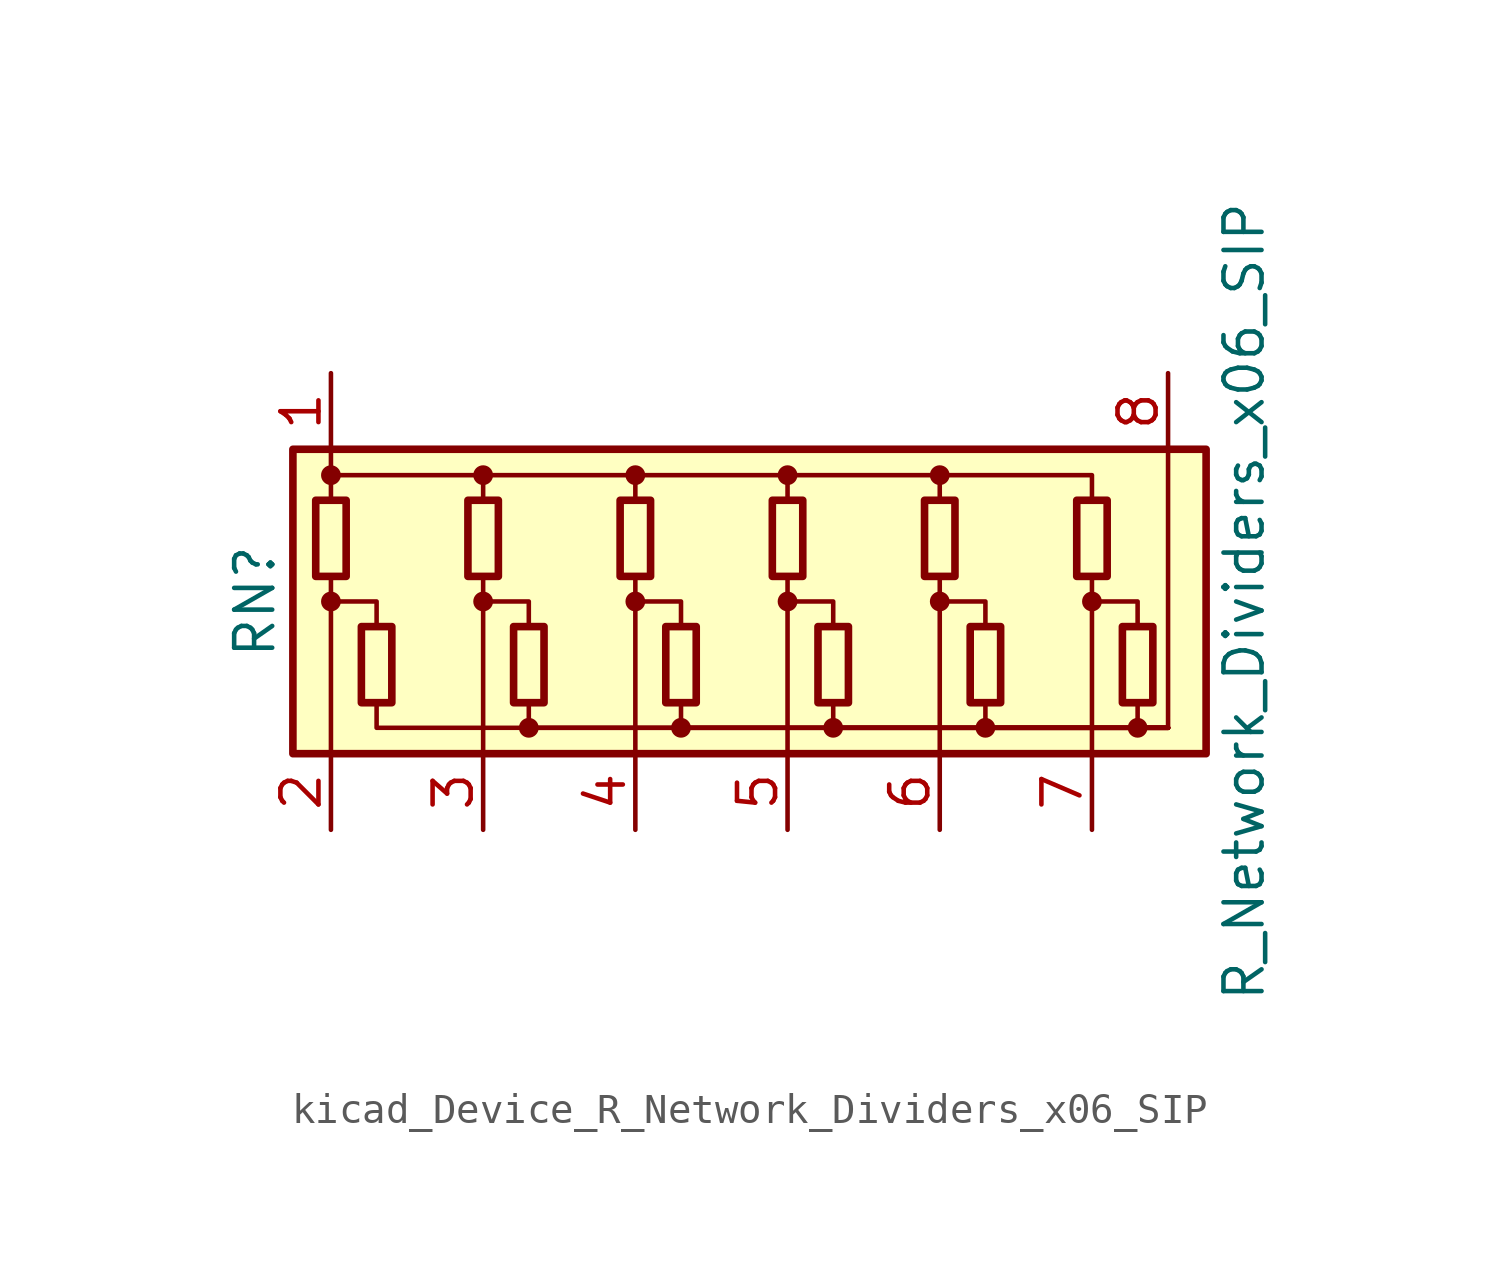
<source format=kicad_sym>
(kicad_symbol_lib
  (version 20220914)
  (generator kicad_symbol_editor)
  (symbol "kicad_Device_R_Network_Dividers_x06_SIP"
    (pin_names
      (offset 0) hide)
    (property "Reference" "RN"
      (at -17.78 0 90)
      (effects (font (size 1.27 1.27))))
    (property "Value" "R_Network_Dividers_x06_SIP"
      (at 15.24 0 90)
      (effects (font (size 1.27 1.27))))
    (symbol "kicad_Device_R_Network_Dividers_x06_SIP_0_1"
      (rectangle (start -16.51 -5.08) (end 13.97 5.08) (stroke (width 0.254) (type default)) (fill (type background)))
      (rectangle (start -15.748 3.378) (end -14.732 0.838) (stroke (width 0.254) (type default)) (fill (type none)))
      (circle (center -15.24 0) (radius 0.254) (stroke (width 0) (type default)) (fill (type outline)))
      (circle (center -15.24 4.216) (radius 0.254) (stroke (width 0) (type default)) (fill (type outline)))
      (rectangle (start -14.224 -3.378) (end -13.208 -0.838) (stroke (width 0.254) (type default)) (fill (type none)))
      (rectangle (start -10.668 3.378) (end -9.652 0.838) (stroke (width 0.254) (type default)) (fill (type none)))
      (circle (center -10.16 0) (radius 0.254) (stroke (width 0) (type default)) (fill (type outline)))
      (circle (center -10.16 4.216) (radius 0.254) (stroke (width 0) (type default)) (fill (type outline)))
      (rectangle (start -9.144 -3.378) (end -8.128 -0.838) (stroke (width 0.254) (type default)) (fill (type none)))
      (circle (center -8.636 -4.216) (radius 0.254) (stroke (width 0) (type default)) (fill (type outline)))
      (rectangle (start -5.588 3.378) (end -4.572 0.838) (stroke (width 0.254) (type default)) (fill (type none)))
      (circle (center -5.08 0) (radius 0.254) (stroke (width 0) (type default)) (fill (type outline)))
      (circle (center -5.08 4.216) (radius 0.254) (stroke (width 0) (type default)) (fill (type outline)))
      (rectangle (start -4.064 -3.378) (end -3.048 -0.838) (stroke (width 0.254) (type default)) (fill (type none)))
      (circle (center -3.556 -4.216) (radius 0.254) (stroke (width 0) (type default)) (fill (type outline)))
      (rectangle (start -0.508 3.378) (end 0.508 0.838) (stroke (width 0.254) (type default)) (fill (type none)))
      (polyline (pts (xy -15.24 -5.08) (xy -15.24 0.838)) (stroke (width 0) (type default)) (fill (type none)))
      (polyline (pts (xy -15.24 5.08) (xy -15.24 3.378)) (stroke (width 0) (type default)) (fill (type none)))
      (polyline (pts (xy -10.16 -5.08) (xy -10.16 0.838)) (stroke (width 0) (type default)) (fill (type none)))
      (polyline (pts (xy -5.08 -5.08) (xy -5.08 0.838)) (stroke (width 0) (type default)) (fill (type none)))
      (polyline (pts (xy 0 -5.08) (xy 0 0.838)) (stroke (width 0) (type default)) (fill (type none)))
      (polyline (pts (xy 5.08 -5.08) (xy 5.08 0.838)) (stroke (width 0) (type default)) (fill (type none)))
      (polyline (pts (xy 10.16 -5.08) (xy 10.16 0.838)) (stroke (width 0) (type default)) (fill (type none)))
      (polyline (pts (xy 12.7 -4.216) (xy 12.7 5.08)) (stroke (width 0) (type default)) (fill (type none)))
      (polyline (pts (xy -15.24 0) (xy -13.716 0) (xy -13.716 -0.838)) (stroke (width 0) (type default)) (fill (type none)))
      (polyline (pts (xy -15.24 4.216) (xy -10.16 4.216) (xy -10.16 3.378)) (stroke (width 0) (type default)) (fill (type none)))
      (polyline (pts (xy -13.716 -3.378) (xy -13.716 -4.216) (xy 12.7 -4.216)) (stroke (width 0) (type default)) (fill (type none)))
      (polyline (pts (xy -10.16 0) (xy -8.636 0) (xy -8.636 -0.838)) (stroke (width 0) (type default)) (fill (type none)))
      (polyline (pts (xy -10.16 4.216) (xy -5.08 4.216) (xy -5.08 3.378)) (stroke (width 0) (type default)) (fill (type none)))
      (polyline (pts (xy -8.636 -3.378) (xy -8.636 -4.216) (xy 12.7 -4.216)) (stroke (width 0) (type default)) (fill (type none)))
      (polyline (pts (xy -5.08 0) (xy -3.556 0) (xy -3.556 -0.838)) (stroke (width 0) (type default)) (fill (type none)))
      (polyline (pts (xy -5.08 4.216) (xy 0 4.216) (xy 0 3.378)) (stroke (width 0) (type default)) (fill (type none)))
      (polyline (pts (xy -3.556 -3.378) (xy -3.556 -4.216) (xy 12.7 -4.216)) (stroke (width 0) (type default)) (fill (type none)))
      (polyline (pts (xy 0 0) (xy 1.524 0) (xy 1.524 -0.838)) (stroke (width 0) (type default)) (fill (type none)))
      (polyline (pts (xy 0 4.216) (xy 5.08 4.216) (xy 5.08 3.378)) (stroke (width 0) (type default)) (fill (type none)))
      (polyline (pts (xy 1.524 -3.378) (xy 1.524 -4.216) (xy 12.7 -4.216)) (stroke (width 0) (type default)) (fill (type none)))
      (polyline (pts (xy 5.08 0) (xy 6.604 0) (xy 6.604 -0.838)) (stroke (width 0) (type default)) (fill (type none)))
      (polyline (pts (xy 5.08 4.216) (xy 10.16 4.216) (xy 10.16 3.378)) (stroke (width 0) (type default)) (fill (type none)))
      (polyline (pts (xy 6.604 -3.378) (xy 6.604 -4.216) (xy 12.7 -4.216)) (stroke (width 0) (type default)) (fill (type none)))
      (polyline (pts (xy 10.16 0) (xy 11.684 0) (xy 11.684 -0.838)) (stroke (width 0) (type default)) (fill (type none)))
      (polyline (pts (xy 11.684 -3.378) (xy 11.684 -4.216) (xy 12.7 -4.216)) (stroke (width 0) (type default)) (fill (type none)))
      (circle (center 0 0) (radius 0.254) (stroke (width 0) (type default)) (fill (type outline)))
      (circle (center 0 4.216) (radius 0.254) (stroke (width 0) (type default)) (fill (type outline)))
      (rectangle (start 1.016 -3.378) (end 2.032 -0.838) (stroke (width 0.254) (type default)) (fill (type none)))
      (circle (center 1.524 -4.216) (radius 0.254) (stroke (width 0) (type default)) (fill (type outline)))
      (rectangle (start 4.572 3.378) (end 5.588 0.838) (stroke (width 0.254) (type default)) (fill (type none)))
      (circle (center 5.08 0) (radius 0.254) (stroke (width 0) (type default)) (fill (type outline)))
      (circle (center 5.08 4.216) (radius 0.254) (stroke (width 0) (type default)) (fill (type outline)))
      (rectangle (start 6.096 -3.378) (end 7.112 -0.838) (stroke (width 0.254) (type default)) (fill (type none)))
      (circle (center 6.604 -4.216) (radius 0.254) (stroke (width 0) (type default)) (fill (type outline)))
      (rectangle (start 9.652 3.378) (end 10.668 0.838) (stroke (width 0.254) (type default)) (fill (type none)))
      (circle (center 10.16 0) (radius 0.254) (stroke (width 0) (type default)) (fill (type outline)))
      (rectangle (start 11.176 -3.378) (end 12.192 -0.838) (stroke (width 0.254) (type default)) (fill (type none)))
      (circle (center 11.684 -4.216) (radius 0.254) (stroke (width 0) (type default)) (fill (type outline))))
    (symbol "kicad_Device_R_Network_Dividers_x06_SIP_1_1"
      (pin passive line (at -15.24 7.62 270) (length 2.54) (name "COM1" (effects (font (size 1.27 1.27)))) (number "1" (effects (font (size 1.27 1.27)))))
      (pin passive line (at -15.24 -7.62 90) (length 2.54) (name "R1" (effects (font (size 1.27 1.27)))) (number "2" (effects (font (size 1.27 1.27)))))
      (pin passive line (at -10.16 -7.62 90) (length 2.54) (name "R2" (effects (font (size 1.27 1.27)))) (number "3" (effects (font (size 1.27 1.27)))))
      (pin passive line (at -5.08 -7.62 90) (length 2.54) (name "R3" (effects (font (size 1.27 1.27)))) (number "4" (effects (font (size 1.27 1.27)))))
      (pin passive line (at 0 -7.62 90) (length 2.54) (name "R4" (effects (font (size 1.27 1.27)))) (number "5" (effects (font (size 1.27 1.27)))))
      (pin passive line (at 5.08 -7.62 90) (length 2.54) (name "R5" (effects (font (size 1.27 1.27)))) (number "6" (effects (font (size 1.27 1.27)))))
      (pin passive line (at 10.16 -7.62 90) (length 2.54) (name "R6" (effects (font (size 1.27 1.27)))) (number "7" (effects (font (size 1.27 1.27)))))
      (pin passive line (at 12.7 7.62 270) (length 2.54) (name "COM2" (effects (font (size 1.27 1.27)))) (number "8" (effects (font (size 1.27 1.27))))))))
</source>
